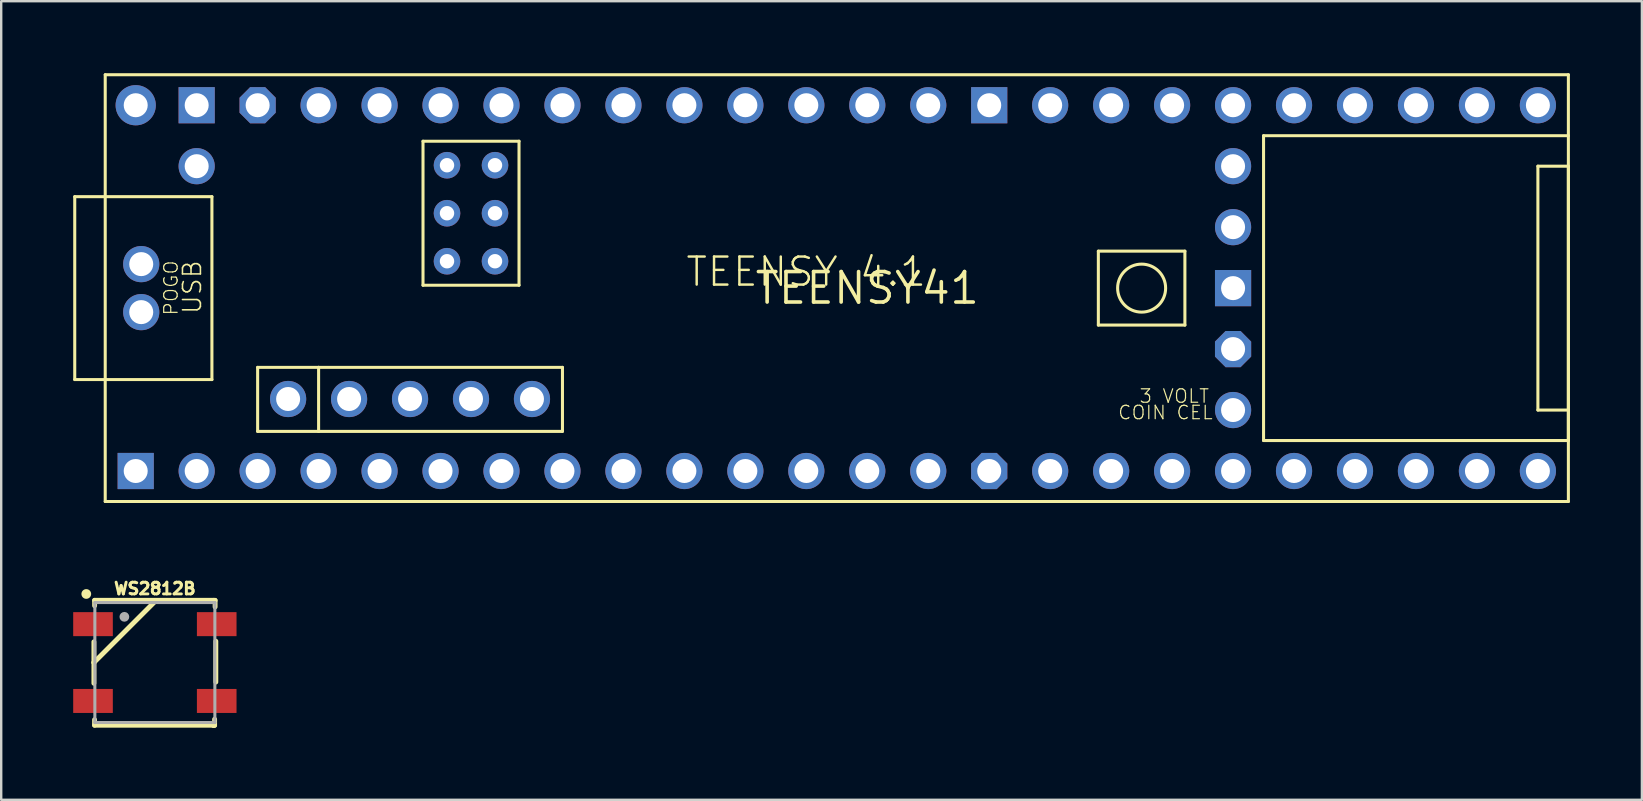
<source format=kicad_pcb>
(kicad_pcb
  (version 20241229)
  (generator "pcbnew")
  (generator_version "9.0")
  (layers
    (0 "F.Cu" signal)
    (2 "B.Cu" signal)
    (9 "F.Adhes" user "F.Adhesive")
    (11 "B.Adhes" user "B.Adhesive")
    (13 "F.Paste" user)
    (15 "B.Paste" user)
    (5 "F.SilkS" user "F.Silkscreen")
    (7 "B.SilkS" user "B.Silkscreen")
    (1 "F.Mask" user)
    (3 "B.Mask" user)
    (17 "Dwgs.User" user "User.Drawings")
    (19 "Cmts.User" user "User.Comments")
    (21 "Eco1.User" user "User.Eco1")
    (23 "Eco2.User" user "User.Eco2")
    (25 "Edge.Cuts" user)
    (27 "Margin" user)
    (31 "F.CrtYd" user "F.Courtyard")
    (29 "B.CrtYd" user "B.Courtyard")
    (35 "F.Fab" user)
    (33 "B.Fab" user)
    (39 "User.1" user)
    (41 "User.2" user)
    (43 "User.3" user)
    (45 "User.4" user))
  (footprint "TEENSY41"
    (layer "F.Cu")
    (at 33.084 8.954)
    (property "Reference" "TEENSY41" (at 0 0 0) (layer "F.SilkS") (effects (font (size 1.27 1.27) (thickness 0.15))))
    (fp_line (start -33.02 -3.81) (end -33.02 3.81) (stroke (width 0.127) (type solid)) (layer "F.SilkS"))
    (fp_line (start -33.02 3.81) (end -27.305 3.81) (stroke (width 0.127) (type solid)) (layer "F.SilkS"))
    (fp_line (start -31.75 -8.89) (end -31.75 8.89) (stroke (width 0.127) (type solid)) (layer "F.SilkS"))
    (fp_line (start -31.75 8.89) (end 29.21 8.89) (stroke (width 0.127) (type solid)) (layer "F.SilkS"))
    (fp_line (start -27.305 -3.81) (end -33.02 -3.81) (stroke (width 0.127) (type solid)) (layer "F.SilkS"))
    (fp_line (start -27.305 3.81) (end -27.305 -3.81) (stroke (width 0.127) (type solid)) (layer "F.SilkS"))
    (fp_line (start -25.4 3.302) (end -22.86 3.302) (stroke (width 0.127) (type solid)) (layer "F.SilkS"))
    (fp_line (start -25.4 5.969) (end -25.4 3.302) (stroke (width 0.127) (type solid)) (layer "F.SilkS"))
    (fp_line (start -22.86 3.302) (end -22.86 5.969) (stroke (width 0.127) (type solid)) (layer "F.SilkS"))
    (fp_line (start -22.86 3.302) (end -12.7 3.302) (stroke (width 0.127) (type solid)) (layer "F.SilkS"))
    (fp_line (start -22.86 5.969) (end -25.4 5.969) (stroke (width 0.127) (type solid)) (layer "F.SilkS"))
    (fp_line (start -18.51 -6.12) (end -18.51 -0.12) (stroke (width 0.127) (type solid)) (layer "F.SilkS"))
    (fp_line (start -18.51 -0.12) (end -14.51 -0.12) (stroke (width 0.127) (type solid)) (layer "F.SilkS"))
    (fp_line (start -14.51 -6.12) (end -18.51 -6.12) (stroke (width 0.127) (type solid)) (layer "F.SilkS"))
    (fp_line (start -14.51 -0.12) (end -14.51 -6.12) (stroke (width 0.127) (type solid)) (layer "F.SilkS"))
    (fp_line (start -12.7 3.302) (end -12.7 5.969) (stroke (width 0.127) (type solid)) (layer "F.SilkS"))
    (fp_line (start -12.7 5.969) (end -22.86 5.969) (stroke (width 0.127) (type solid)) (layer "F.SilkS"))
    (fp_line (start 9.627 -1.54) (end 9.627 1.54) (stroke (width 0.127) (type solid)) (layer "F.SilkS"))
    (fp_line (start 9.627 1.54) (end 13.233 1.54) (stroke (width 0.127) (type solid)) (layer "F.SilkS"))
    (fp_line (start 13.233 -1.54) (end 9.627 -1.54) (stroke (width 0.127) (type solid)) (layer "F.SilkS"))
    (fp_line (start 13.233 1.54) (end 13.233 -1.54) (stroke (width 0.127) (type solid)) (layer "F.SilkS"))
    (fp_line (start 16.51 -6.35) (end 16.51 6.35) (stroke (width 0.127) (type solid)) (layer "F.SilkS"))
    (fp_line (start 16.51 6.35) (end 29.21 6.35) (stroke (width 0.127) (type solid)) (layer "F.SilkS"))
    (fp_line (start 27.94 -5.08) (end 27.94 5.08) (stroke (width 0.127) (type solid)) (layer "F.SilkS"))
    (fp_line (start 27.94 5.08) (end 29.21 5.08) (stroke (width 0.127) (type solid)) (layer "F.SilkS"))
    (fp_line (start 29.21 -8.89) (end -31.75 -8.89) (stroke (width 0.127) (type solid)) (layer "F.SilkS"))
    (fp_line (start 29.21 -6.35) (end 16.51 -6.35) (stroke (width 0.127) (type solid)) (layer "F.SilkS"))
    (fp_line (start 29.21 -5.08) (end 27.94 -5.08) (stroke (width 0.127) (type solid)) (layer "F.SilkS"))
    (fp_line (start 29.21 5.08) (end 29.21 -5.08) (stroke (width 0.127) (type solid)) (layer "F.SilkS"))
    (fp_line (start 29.21 6.35) (end 29.21 5.08) (stroke (width 0.127) (type solid)) (layer "F.SilkS"))
    (fp_line (start 29.21 8.89) (end 29.21 -8.89) (stroke (width 0.127) (type solid)) (layer "F.SilkS"))
    (fp_circle (center 11.43 0) (end 12.43 0) (stroke (width 0.127) (type solid)) (fill no) (layer "F.SilkS"))
    (fp_text user "3 VOLT" (at 11.303 4.826 0) (unlocked yes) (layer "F.SilkS") (effects (font (size 0.561 0.561) (thickness 0.049)) (justify left bottom)))
    (fp_text user "COIN CEL" (at 10.414 5.512 0) (unlocked yes) (layer "F.SilkS") (effects (font (size 0.561 0.561) (thickness 0.049)) (justify left bottom)))
    (fp_text user "TEENSY 4.1" (at -7.62 0 0) (unlocked yes) (layer "F.SilkS") (effects (font (size 1.168 1.168) (thickness 0.102)) (justify left bottom)))
    (fp_text user "USB" (at -27.689 1.124 90) (unlocked yes) (layer "F.SilkS") (effects (font (size 0.748 0.748) (thickness 0.065)) (justify left bottom)))
    (fp_text user "POGO" (at -28.682 1.175 90) (unlocked yes) (layer "F.SilkS") (effects (font (size 0.561 0.561) (thickness 0.049)) (justify left bottom)))
    (pad "+5V" thru_hole circle (at -24.13 4.62 90) (size 1.508 1.508) (drill 1) (layers "*.Cu" "*.Mask"))
    (pad "0-RX1/CS1/CRX2" thru_hole circle (at -27.94 7.62 90) (size 1.508 1.508) (drill 1) (layers "*.Cu" "*.Mask"))
    (pad "1-TX1/MISO1/CTX2" thru_hole circle (at -25.4 7.62 90) (size 1.508 1.508) (drill 1) (layers "*.Cu" "*.Mask"))
    (pad "2-OUT2" thru_hole circle (at -22.86 7.62 90) (size 1.508 1.508) (drill 1) (layers "*.Cu" "*.Mask"))
    (pad "3-LRCLK2" thru_hole circle (at -20.32 7.62 90) (size 1.508 1.508) (drill 1) (layers "*.Cu" "*.Mask"))
    (pad "3V3-1" thru_hole roundrect (at 5.08 7.62 90) (size 1.508 1.508) (drill 1) (layers "*.Cu" "*.Mask") (roundrect_rratio 0.25) (chamfer_ratio 0.293) (chamfer top_left top_right bottom_left bottom_right))
    (pad "3V3-2" thru_hole roundrect (at 15.24 2.54 90) (size 1.508 1.508) (drill 1) (layers "*.Cu" "*.Mask") (roundrect_rratio 0.25) (chamfer_ratio 0.293) (chamfer top_left top_right bottom_left bottom_right))
    (pad "3V3-3" thru_hole roundrect (at -25.4 -7.62 90) (size 1.508 1.508) (drill 1) (layers "*.Cu" "*.Mask") (roundrect_rratio 0.25) (chamfer_ratio 0.293) (chamfer top_left top_right bottom_left bottom_right))
    (pad "4-BCLK2" thru_hole circle (at -17.78 7.62 90) (size 1.508 1.508) (drill 1) (layers "*.Cu" "*.Mask"))
    (pad "5-IN2" thru_hole circle (at -15.24 7.62 180) (size 1.508 1.508) (drill 1) (layers "*.Cu" "*.Mask"))
    (pad "6-OUT1D" thru_hole circle (at -12.7 7.62 90) (size 1.508 1.508) (drill 1) (layers "*.Cu" "*.Mask"))
    (pad "7-RX2/OUT1A" thru_hole circle (at -10.16 7.62 90) (size 1.508 1.508) (drill 1) (layers "*.Cu" "*.Mask"))
    (pad "8-TX2/IN2" thru_hole circle (at -7.62 7.62 90) (size 1.508 1.508) (drill 1) (layers "*.Cu" "*.Mask"))
    (pad "9-OUT1C" thru_hole circle (at -5.08 7.62 90) (size 1.508 1.508) (drill 1) (layers "*.Cu" "*.Mask"))
    (pad "10-CS\\MQSR" thru_hole circle (at -2.54 7.62 90) (size 1.508 1.508) (drill 1) (layers "*.Cu" "*.Mask"))
    (pad "11-MOSI/CTX1" thru_hole circle (at 0 7.62 90) (size 1.508 1.508) (drill 1) (layers "*.Cu" "*.Mask"))
    (pad "12-MISO/MQSL" thru_hole circle (at 2.54 7.62 90) (size 1.508 1.508) (drill 1) (layers "*.Cu" "*.Mask"))
    (pad "13-SCK/LED" thru_hole circle (at 2.54 -7.62 90) (size 1.508 1.508) (drill 1) (layers "*.Cu" "*.Mask"))
    (pad "14-A0/TX3/SPDIF_OUT" thru_hole circle (at 0 -7.62 90) (size 1.508 1.508) (drill 1) (layers "*.Cu" "*.Mask"))
    (pad "15-A1/RX3/SPDIF_IN" thru_hole circle (at -2.54 -7.62 90) (size 1.508 1.508) (drill 1) (layers "*.Cu" "*.Mask"))
    (pad "16-A2/RX4/SCL1" thru_hole circle (at -5.08 -7.62 90) (size 1.508 1.508) (drill 1) (layers "*.Cu" "*.Mask"))
    (pad "17-A3/TX4/SDA1" thru_hole circle (at -7.62 -7.62 90) (size 1.508 1.508) (drill 1) (layers "*.Cu" "*.Mask"))
    (pad "18-A4/SDA0" thru_hole circle (at -10.16 -7.62 90) (size 1.508 1.508) (drill 1) (layers "*.Cu" "*.Mask"))
    (pad "19-A5/SCL0" thru_hole circle (at -12.7 -7.62 90) (size 1.508 1.508) (drill 1) (layers "*.Cu" "*.Mask"))
    (pad "20-A6/TX5/LRCLK1" thru_hole circle (at -15.24 -7.62 90) (size 1.508 1.508) (drill 1) (layers "*.Cu" "*.Mask"))
    (pad "21-A7/RX5/BCLK1" thru_hole circle (at -17.78 -7.62 90) (size 1.508 1.508) (drill 1) (layers "*.Cu" "*.Mask"))
    (pad "22-A8/CTX1" thru_hole circle (at -20.32 -7.62 90) (size 1.508 1.508) (drill 1) (layers "*.Cu" "*.Mask"))
    (pad "23-A9/CRX1/MCLK1" thru_hole circle (at -22.86 -7.62 90) (size 1.508 1.508) (drill 1) (layers "*.Cu" "*.Mask"))
    (pad "24-A10/TX6/SCL2" thru_hole circle (at 7.62 7.62 90) (size 1.508 1.508) (drill 1) (layers "*.Cu" "*.Mask"))
    (pad "25-A11/RX6/SDA2" thru_hole circle (at 10.16 7.62 90) (size 1.508 1.508) (drill 1) (layers "*.Cu" "*.Mask"))
    (pad "26-A12/MOSI1" thru_hole circle (at 12.7 7.62 90) (size 1.508 1.508) (drill 1) (layers "*.Cu" "*.Mask"))
    (pad "27-A13/SCK1" thru_hole circle (at 15.24 7.62 90) (size 1.508 1.508) (drill 1) (layers "*.Cu" "*.Mask"))
    (pad "28-RX7" thru_hole circle (at 17.78 7.62 90) (size 1.508 1.508) (drill 1) (layers "*.Cu" "*.Mask"))
    (pad "29-TX7" thru_hole circle (at 20.32 7.62 90) (size 1.508 1.508) (drill 1) (layers "*.Cu" "*.Mask"))
    (pad "30-CRX3" thru_hole circle (at 22.86 7.62 90) (size 1.508 1.508) (drill 1) (layers "*.Cu" "*.Mask"))
    (pad "31-CTX3" thru_hole circle (at 25.4 7.62 90) (size 1.508 1.508) (drill 1) (layers "*.Cu" "*.Mask"))
    (pad "32-OUT1B" thru_hole circle (at 27.94 7.62 90) (size 1.508 1.508) (drill 1) (layers "*.Cu" "*.Mask"))
    (pad "33-MCLK2" thru_hole circle (at 27.94 -7.62 90) (size 1.508 1.508) (drill 1) (layers "*.Cu" "*.Mask"))
    (pad "34-RX8" thru_hole circle (at 25.4 -7.62 90) (size 1.508 1.508) (drill 1) (layers "*.Cu" "*.Mask"))
    (pad "35-TX8" thru_hole circle (at 22.86 -7.62 90) (size 1.508 1.508) (drill 1) (layers "*.Cu" "*.Mask"))
    (pad "36-PWM" thru_hole circle (at 20.32 -7.62 90) (size 1.508 1.508) (drill 1) (layers "*.Cu" "*.Mask"))
    (pad "37-PWM" thru_hole circle (at 17.78 -7.62 90) (size 1.508 1.508) (drill 1) (layers "*.Cu" "*.Mask"))
    (pad "38-A14/CS/IN1" thru_hole circle (at 15.24 -7.62 90) (size 1.508 1.508) (drill 1) (layers "*.Cu" "*.Mask"))
    (pad "39-A15/CS/OUT1A" thru_hole circle (at 12.7 -7.62 90) (size 1.508 1.508) (drill 1) (layers "*.Cu" "*.Mask"))
    (pad "40-A16/CS1" thru_hole circle (at 10.16 -7.62 90) (size 1.508 1.508) (drill 1) (layers "*.Cu" "*.Mask"))
    (pad "41-A17/MISO1" thru_hole circle (at 7.62 -7.62 90) (size 1.508 1.508) (drill 1) (layers "*.Cu" "*.Mask"))
    (pad "D+" thru_hole circle (at -30.25 1) (size 1.508 1.508) (drill 1) (layers "*.Cu" "*.Mask"))
    (pad "D-" thru_hole circle (at -30.25 -1) (size 1.508 1.508) (drill 1) (layers "*.Cu" "*.Mask"))
    (pad "DM" thru_hole circle (at -21.59 4.62 90) (size 1.508 1.508) (drill 1) (layers "*.Cu" "*.Mask"))
    (pad "DP" thru_hole circle (at -19.05 4.62 90) (size 1.508 1.508) (drill 1) (layers "*.Cu" "*.Mask"))
    (pad "G" thru_hole circle (at -15.51 -3.12) (size 1.108 1.108) (drill 0.6) (layers "*.Cu" "*.Mask"))
    (pad "GND1" thru_hole rect (at -30.48 7.62) (size 1.508 1.508) (drill 1) (layers "*.Cu" "*.Mask"))
    (pad "GND2" thru_hole rect (at 15.24 0) (size 1.508 1.508) (drill 1) (layers "*.Cu" "*.Mask"))
    (pad "GND3" thru_hole rect (at 5.08 -7.62) (size 1.508 1.508) (drill 1) (layers "*.Cu" "*.Mask"))
    (pad "GND4" thru_hole circle (at -16.51 4.62 90) (size 1.508 1.508) (drill 1) (layers "*.Cu" "*.Mask"))
    (pad "GND5" thru_hole circle (at -13.97 4.62 90) (size 1.508 1.508) (drill 1) (layers "*.Cu" "*.Mask"))
    (pad "GND6" thru_hole rect (at -27.94 -7.62 90) (size 1.508 1.508) (drill 1) (layers "*.Cu" "*.Mask"))
    (pad "LED" thru_hole circle (at -17.51 -3.12) (size 1.108 1.108) (drill 0.6) (layers "*.Cu" "*.Mask"))
    (pad "ON/OFF" thru_hole circle (at 15.24 -5.08 180) (size 1.508 1.508) (drill 1) (layers "*.Cu" "*.Mask"))
    (pad "PROGRAM" thru_hole circle (at 15.24 -2.54 180) (size 1.508 1.508) (drill 1) (layers "*.Cu" "*.Mask"))
    (pad "R+" thru_hole circle (at -17.51 -5.12) (size 1.108 1.108) (drill 0.6) (layers "*.Cu" "*.Mask"))
    (pad "R-" thru_hole circle (at -15.51 -5.12) (size 1.108 1.108) (drill 0.6) (layers "*.Cu" "*.Mask"))
    (pad "T+" thru_hole circle (at -15.51 -1.12) (size 1.108 1.108) (drill 0.6) (layers "*.Cu" "*.Mask"))
    (pad "T-" thru_hole circle (at -17.51 -1.12) (size 1.108 1.108) (drill 0.6) (layers "*.Cu" "*.Mask"))
    (pad "VBAT" thru_hole circle (at 15.24 5.08 90) (size 1.508 1.508) (drill 1) (layers "*.Cu" "*.Mask"))
    (pad "VIN" thru_hole circle (at -30.48 -7.62 180) (size 1.676 1.676) (drill 1) (layers "*.Cu" "*.Mask"))
    (pad "VUSB" thru_hole circle (at -27.94 -5.08 90) (size 1.508 1.508) (drill 1) (layers "*.Cu" "*.Mask")))
  (footprint "WS2812B"
    (layer "F.Cu")
    (at 3.402 24.554)
    (property "Reference" "WS2812B" (at 0 -2.794 0) (unlocked yes) (layer "F.SilkS") (effects (font (size 0.488 0.488) (thickness 0.122)) (justify bottom)))
    (fp_line (start -2.54 0) (end -2.54 -0.864) (stroke (width 0.203) (type solid)) (layer "F.SilkS"))
    (fp_line (start -2.54 0) (end 0 -2.54) (stroke (width 0.203) (type solid)) (layer "F.SilkS"))
    (fp_line (start -2.54 0.864) (end -2.54 0) (stroke (width 0.203) (type solid)) (layer "F.SilkS"))
    (fp_line (start -2.512 2.611) (end -2.512 2.38) (stroke (width 0.203) (type solid)) (layer "F.SilkS"))
    (fp_line (start -2.51 -2.593) (end -2.51 -2.367) (stroke (width 0.203) (type solid)) (layer "F.SilkS"))
    (fp_line (start 2.438 2.611) (end -2.512 2.611) (stroke (width 0.203) (type solid)) (layer "F.SilkS"))
    (fp_line (start 2.438 2.616) (end 2.438 2.611) (stroke (width 0.203) (type solid)) (layer "F.SilkS"))
    (fp_line (start 2.459 -2.593) (end -2.51 -2.593) (stroke (width 0.203) (type solid)) (layer "F.SilkS"))
    (fp_line (start 2.459 -2.591) (end 2.459 -2.593) (stroke (width 0.203) (type solid)) (layer "F.SilkS"))
    (fp_line (start 2.489 2.362) (end 2.489 2.616) (stroke (width 0.203) (type solid)) (layer "F.SilkS"))
    (fp_line (start 2.489 2.616) (end 2.438 2.616) (stroke (width 0.203) (type solid)) (layer "F.SilkS"))
    (fp_line (start 2.51 -2.591) (end 2.459 -2.591) (stroke (width 0.203) (type solid)) (layer "F.SilkS"))
    (fp_line (start 2.51 -2.319) (end 2.51 -2.591) (stroke (width 0.203) (type solid)) (layer "F.SilkS"))
    (fp_line (start 2.54 -0.889) (end 2.54 0.813) (stroke (width 0.203) (type solid)) (layer "F.SilkS"))
    (fp_circle (center -2.857 -2.857) (end -2.756 -2.857) (stroke (width 0.203) (type solid)) (fill yes) (layer "F.SilkS"))
    (fp_line (start -2.5 -2.5) (end -2.5 2.5) (stroke (width 0.127) (type solid)) (layer "F.Fab"))
    (fp_line (start -2.5 2.5) (end 2.5 2.5) (stroke (width 0.127) (type solid)) (layer "F.Fab"))
    (fp_line (start 2.5 -2.5) (end -2.5 -2.5) (stroke (width 0.127) (type solid)) (layer "F.Fab"))
    (fp_line (start 2.5 2.5) (end 2.5 -2.5) (stroke (width 0.127) (type solid)) (layer "F.Fab"))
    (fp_circle (center -1.27 -1.905) (end -1.168 -1.905) (stroke (width 0.203) (type solid)) (fill no) (layer "F.Fab"))
    (pad "1" smd rect (at 2.577 1.6 180) (size 1.651 1) (layers "F.Cu" "F.Mask" "F.Paste"))
    (pad "2" smd rect (at 2.577 -1.6 180) (size 1.651 1) (layers "F.Cu" "F.Mask" "F.Paste"))
    (pad "3" smd rect (at -2.577 -1.6 180) (size 1.651 1) (layers "F.Cu" "F.Mask" "F.Paste"))
    (pad "4" smd rect (at -2.577 1.6 180) (size 1.651 1) (layers "F.Cu" "F.Mask" "F.Paste")))
  (gr_rect
    (start -3 -3)
    (end 65.357 30.272)
    (stroke (width 0.1) (type default))
    (fill no)
    (layer "Edge.Cuts")))
</source>
